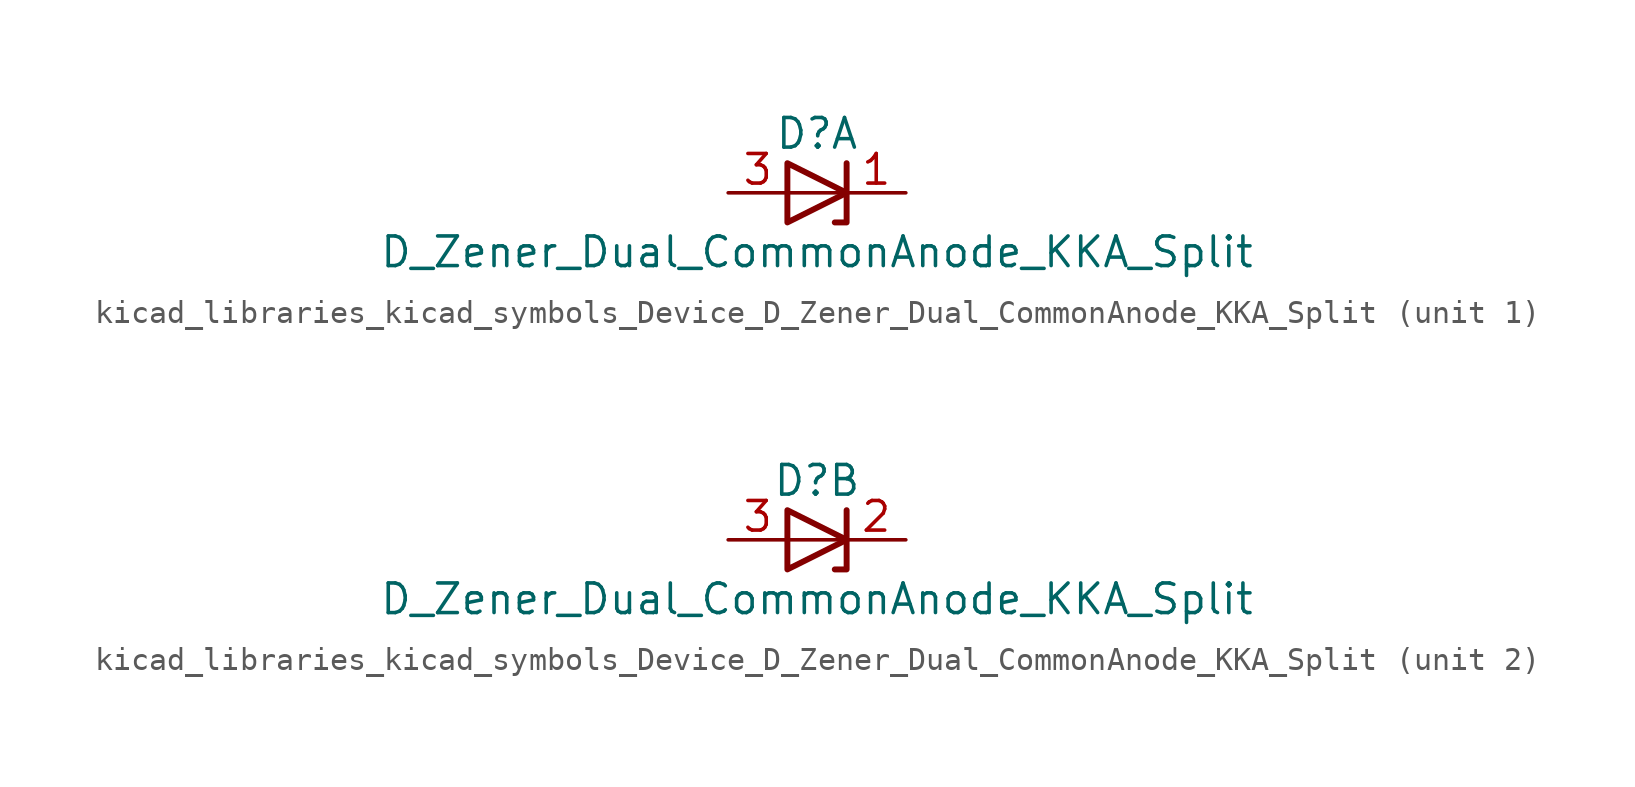
<source format=kicad_sym>
(kicad_symbol_lib
  (version 20220914)
  (generator kicad_symbol_editor)
  (symbol "kicad_libraries_kicad_symbols_Device_D_Zener_Dual_CommonAnode_KKA_Split"
    (pin_names
      (offset 0.762) hide)
    (property "Reference" "D"
      (at 0 2.54 0)
      (effects (font (size 1.27 1.27))))
    (property "Value" "D_Zener_Dual_CommonAnode_KKA_Split"
      (at 0 -2.54 0)
      (effects (font (size 1.27 1.27))))
    (property "ki_locked" ""
      (at 0 0 0)
      (effects (font (size 1.27 1.27))))
    (symbol "kicad_libraries_kicad_symbols_Device_D_Zener_Dual_CommonAnode_KKA_Split_0_0"
      (polyline (pts (xy 1.27 1.27) (xy 1.27 -1.27) (xy 0.762 -1.27)) (stroke (width 0.254) (type default)) (fill (type none))))
    (symbol "kicad_libraries_kicad_symbols_Device_D_Zener_Dual_CommonAnode_KKA_Split_0_1"
      (polyline (pts (xy 1.27 0) (xy -1.27 0)) (stroke (width 0) (type default)) (fill (type none)))
      (polyline (pts (xy -1.27 1.27) (xy 1.27 0) (xy -1.27 -1.27) (xy -1.27 1.27) (xy -1.27 1.27) (xy -1.27 1.27)) (stroke (width 0.254) (type default)) (fill (type none)))
      (pin passive line (at -3.81 0 0) (length 2.54) (name "A" (effects (font (size 1.27 1.27)))) (number "3" (effects (font (size 1.27 1.27))))))
    (symbol "kicad_libraries_kicad_symbols_Device_D_Zener_Dual_CommonAnode_KKA_Split_1_1"
      (pin passive line (at 3.81 0 180) (length 2.54) (name "K" (effects (font (size 1.27 1.27)))) (number "1" (effects (font (size 1.27 1.27))))))
    (symbol "kicad_libraries_kicad_symbols_Device_D_Zener_Dual_CommonAnode_KKA_Split_2_1"
      (pin passive line (at 3.81 0 180) (length 2.54) (name "K" (effects (font (size 1.27 1.27)))) (number "2" (effects (font (size 1.27 1.27))))))))
</source>
